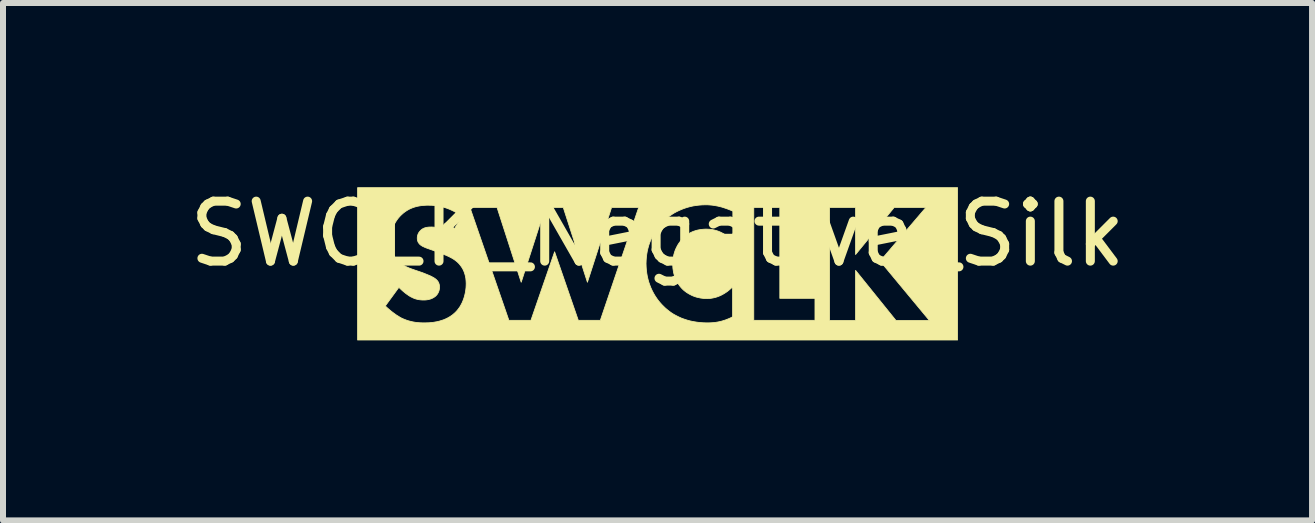
<source format=kicad_pcb>
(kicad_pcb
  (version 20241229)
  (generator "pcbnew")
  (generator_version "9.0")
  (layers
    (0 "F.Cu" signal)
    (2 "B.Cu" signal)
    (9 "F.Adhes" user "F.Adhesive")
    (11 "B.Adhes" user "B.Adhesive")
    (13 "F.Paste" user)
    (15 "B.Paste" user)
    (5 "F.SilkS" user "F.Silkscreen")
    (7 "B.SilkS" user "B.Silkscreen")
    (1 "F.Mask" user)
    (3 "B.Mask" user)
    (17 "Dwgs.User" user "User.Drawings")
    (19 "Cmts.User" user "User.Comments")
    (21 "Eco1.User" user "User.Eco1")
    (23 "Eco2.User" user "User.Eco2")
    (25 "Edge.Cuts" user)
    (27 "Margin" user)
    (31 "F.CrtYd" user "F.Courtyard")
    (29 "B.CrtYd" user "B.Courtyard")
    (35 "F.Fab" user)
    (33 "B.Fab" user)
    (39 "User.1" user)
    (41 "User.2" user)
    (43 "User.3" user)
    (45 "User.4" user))
  (footprint "SWCLK_Negative_Silk"
    (layer "F.Cu")
    (at 7.911 1.348)
    (property "Reference" "SWCLK_Negative_Silk" (at 0 -0.5 0) (unlocked yes) (layer "F.SilkS") (effects (font (size 1 1) (thickness 0.15))))
    (fp_poly (pts (xy 5.001 1.27) (xy -5 1.27) (xy -5 0.702) (xy -4.538 0.702) (xy -4.51 0.729) (xy -4.478 0.757) (xy -4.445 0.785) (xy -4.41 0.812) (xy -4.373 0.839) (xy -4.355 0.852) (xy -4.336 0.864) (xy -4.317 0.875) (xy -4.299 0.887) (xy -4.281 0.897) (xy -4.263 0.907) (xy -4.24 0.917) (xy -4.218 0.926) (xy -4.195 0.935) (xy -4.173 0.943) (xy -4.15 0.95) (xy -4.127 0.956) (xy -4.104 0.962) (xy -4.081 0.967) (xy -4.058 0.971) (xy -4.034 0.975) (xy -4.011 0.978) (xy -3.987 0.98) (xy -3.963 0.982) (xy -3.938 0.983) (xy -3.914 0.984) (xy -3.889 0.984) (xy -3.837 0.983) (xy -3.808 0.982) (xy -3.777 0.979) (xy -3.744 0.976) (xy -3.71 0.97) (xy -3.674 0.964) (xy -3.638 0.955) (xy -3.602 0.944) (xy -3.565 0.932) (xy -3.528 0.916) (xy -3.492 0.898) (xy -3.456 0.877) (xy -3.439 0.865) (xy -3.421 0.853) (xy -3.405 0.839) (xy -3.388 0.825) (xy -3.372 0.81) (xy -3.356 0.794) (xy -3.338 0.774) (xy -3.321 0.752) (xy -3.304 0.729) (xy -3.288 0.705) (xy -3.274 0.679) (xy -3.26 0.653) (xy -3.248 0.625) (xy -3.236 0.595) (xy -3.226 0.565) (xy -3.217 0.534) (xy -3.209 0.501) (xy -3.202 0.468) (xy -3.197 0.434) (xy -3.193 0.4) (xy -3.191 0.364) (xy -3.19 0.328) (xy -3.191 0.307) (xy -3.192 0.286) (xy -3.194 0.264) (xy -3.196 0.242) (xy -3.2 0.22) (xy -3.205 0.197) (xy -3.211 0.175) (xy -3.218 0.152) (xy -3.226 0.13) (xy -3.236 0.107) (xy -3.247 0.085) (xy -3.26 0.063) (xy -3.275 0.041) (xy -3.291 0.02) (xy -3.308 -0.001) (xy -3.328 -0.021) (xy -3.342 -0.034) (xy -3.357 -0.046) (xy -3.372 -0.058) (xy -3.388 -0.069) (xy -3.404 -0.08) (xy -3.42 -0.09) (xy -3.437 -0.099) (xy -3.454 -0.108) (xy -3.471 -0.117) (xy -3.488 -0.125) (xy -3.521 -0.14) (xy -3.554 -0.153) (xy -3.585 -0.166) (xy -3.726 -0.219) (xy -3.811 -0.249) (xy -3.845 -0.261) (xy -3.861 -0.267) (xy -3.875 -0.273) (xy -3.889 -0.279) (xy -3.901 -0.285) (xy -3.913 -0.29) (xy -3.924 -0.297) (xy -3.935 -0.303) (xy -3.945 -0.31) (xy -3.954 -0.317) (xy -3.963 -0.325) (xy -3.968 -0.33) (xy -3.973 -0.335) (xy -3.977 -0.341) (xy -3.981 -0.347) (xy -3.985 -0.352) (xy -3.989 -0.358) (xy -3.992 -0.365) (xy -3.995 -0.371) (xy -3.997 -0.377) (xy -3.999 -0.384) (xy -4.001 -0.391) (xy -4.003 -0.398) (xy -4.004 -0.406) (xy -4.005 -0.414) (xy -4.005 -0.422) (xy -4.005 -0.43) (xy -4.005 -0.44) (xy -4.004 -0.449) (xy -4.003 -0.457) (xy -4.001 -0.466) (xy -3.999 -0.474) (xy -3.997 -0.483) (xy -3.994 -0.491) (xy -3.991 -0.498) (xy -3.988 -0.506) (xy -3.984 -0.513) (xy -3.98 -0.52) (xy -3.975 -0.527) (xy -3.971 -0.533) (xy -3.966 -0.539) (xy -3.961 -0.545) (xy -3.956 -0.55) (xy -3.951 -0.555) (xy -3.946 -0.56) (xy -3.941 -0.565) (xy -3.936 -0.569) (xy -3.926 -0.577) (xy -3.915 -0.584) (xy -3.903 -0.59) (xy -3.892 -0.595) (xy -3.88 -0.6) (xy -3.868 -0.603) (xy -3.856 -0.606) (xy -3.844 -0.609) (xy -3.832 -0.61) (xy -3.819 -0.612) (xy -3.807 -0.613) (xy -3.795 -0.613) (xy -3.772 -0.614) (xy -3.748 -0.613) (xy -3.734 -0.612) (xy -3.719 -0.611) (xy -3.702 -0.608) (xy -3.684 -0.605) (xy -3.665 -0.6) (xy -3.645 -0.594) (xy -3.624 -0.587) (xy -3.602 -0.578) (xy -3.58 -0.567) (xy -3.556 -0.554) (xy -3.532 -0.539) (xy -3.507 -0.522) (xy -3.481 -0.502) (xy -3.455 -0.48) (xy -3.455 -0.473) (xy -3.261 -0.79) (xy -3.302 -0.82) (xy -3.342 -0.846) (xy -3.382 -0.869) (xy -3.422 -0.889) (xy -3.461 -0.907) (xy -3.499 -0.922) (xy -3.536 -0.935) (xy -3.547 -0.938) (xy -3.127 -0.938) (xy -2.478 0.942) (xy -2.111 0.942) (xy -1.716 -0.201) (xy -1.321 0.942) (xy -0.954 0.942) (xy -0.633 -0.004) (xy -0.192 -0.004) (xy -0.19 0.052) (xy -0.186 0.107) (xy -0.179 0.16) (xy -0.17 0.212) (xy -0.158 0.262) (xy -0.144 0.311) (xy -0.127 0.358) (xy -0.109 0.404) (xy -0.088 0.449) (xy -0.066 0.491) (xy -0.042 0.532) (xy -0.016 0.571) (xy 0.011 0.609) (xy 0.04 0.644) (xy 0.07 0.678) (xy 0.101 0.709) (xy 0.131 0.738) (xy 0.163 0.765) (xy 0.197 0.792) (xy 0.233 0.818) (xy 0.271 0.842) (xy 0.312 0.864) (xy 0.354 0.885) (xy 0.398 0.905) (xy 0.445 0.922) (xy 0.494 0.938) (xy 0.546 0.952) (xy 0.599 0.963) (xy 0.655 0.972) (xy 0.714 0.979) (xy 0.775 0.983) (xy 0.838 0.984) (xy 0.882 0.983) (xy 0.928 0.98) (xy 0.952 0.978) (xy 0.976 0.974) (xy 1.001 0.97) (xy 1.027 0.965) (xy 1.053 0.959) (xy 1.08 0.952) (xy 1.1 0.945) (xy 2.867 0.945) (xy 3.301 0.945) (xy 3.301 0.109) (xy 3.975 0.945) (xy 4.532 0.945) (xy 3.71 -0.046) (xy 4.472 -0.938) (xy 3.943 -0.938) (xy 3.301 -0.155) (xy 3.301 -0.938) (xy 2.867 -0.938) (xy 2.867 0.945) (xy 1.1 0.945) (xy 1.107 0.943) (xy 1.111 0.942) (xy 1.604 0.942) (xy 2.624 0.942) (xy 2.624 0.575) (xy 2.038 0.575) (xy 2.038 -0.938) (xy 1.604 -0.938) (xy 1.604 0.942) (xy 1.111 0.942) (xy 1.136 0.934) (xy 1.164 0.923) (xy 1.194 0.911) (xy 1.224 0.897) (xy 1.248 0.885) (xy 1.251 0.885) (xy 1.255 0.882) (xy 1.251 0.884) (xy 1.251 0.885) (xy 1.248 0.885) (xy 1.251 0.884) (xy 1.251 0.385) (xy 1.22 0.413) (xy 1.19 0.439) (xy 1.16 0.463) (xy 1.13 0.483) (xy 1.101 0.501) (xy 1.072 0.517) (xy 1.044 0.531) (xy 1.016 0.542) (xy 0.989 0.552) (xy 0.963 0.56) (xy 0.937 0.566) (xy 0.912 0.571) (xy 0.888 0.575) (xy 0.865 0.577) (xy 0.842 0.578) (xy 0.821 0.579) (xy 0.8 0.578) (xy 0.779 0.577) (xy 0.759 0.576) (xy 0.739 0.573) (xy 0.72 0.571) (xy 0.702 0.567) (xy 0.684 0.563) (xy 0.666 0.559) (xy 0.649 0.555) (xy 0.633 0.55) (xy 0.617 0.544) (xy 0.602 0.539) (xy 0.587 0.533) (xy 0.573 0.527) (xy 0.56 0.52) (xy 0.547 0.514) (xy 0.522 0.5) (xy 0.5 0.487) (xy 0.48 0.474) (xy 0.463 0.461) (xy 0.447 0.449) (xy 0.434 0.438) (xy 0.424 0.428) (xy 0.415 0.42) (xy 0.399 0.403) (xy 0.384 0.386) (xy 0.369 0.367) (xy 0.354 0.346) (xy 0.34 0.325) (xy 0.327 0.302) (xy 0.314 0.278) (xy 0.302 0.253) (xy 0.292 0.226) (xy 0.282 0.198) (xy 0.273 0.169) (xy 0.266 0.139) (xy 0.261 0.107) (xy 0.256 0.074) (xy 0.254 0.039) (xy 0.253 0.004) (xy 0.254 -0.03) (xy 0.256 -0.063) (xy 0.26 -0.095) (xy 0.266 -0.126) (xy 0.272 -0.156) (xy 0.281 -0.186) (xy 0.29 -0.215) (xy 0.301 -0.243) (xy 0.314 -0.27) (xy 0.327 -0.296) (xy 0.341 -0.321) (xy 0.357 -0.345) (xy 0.374 -0.368) (xy 0.391 -0.39) (xy 0.41 -0.411) (xy 0.429 -0.43) (xy 0.448 -0.448) (xy 0.468 -0.465) (xy 0.488 -0.481) (xy 0.509 -0.495) (xy 0.53 -0.509) (xy 0.552 -0.521) (xy 0.575 -0.532) (xy 0.599 -0.542) (xy 0.623 -0.55) (xy 0.648 -0.558) (xy 0.674 -0.564) (xy 0.701 -0.569) (xy 0.728 -0.573) (xy 0.756 -0.576) (xy 0.784 -0.578) (xy 0.814 -0.579) (xy 0.832 -0.578) (xy 0.851 -0.577) (xy 0.869 -0.576) (xy 0.887 -0.574) (xy 0.904 -0.572) (xy 0.921 -0.569) (xy 0.938 -0.565) (xy 0.954 -0.562) (xy 0.97 -0.557) (xy 0.986 -0.553) (xy 1.017 -0.542) (xy 1.046 -0.53) (xy 1.074 -0.516) (xy 1.101 -0.502) (xy 1.126 -0.486) (xy 1.151 -0.469) (xy 1.174 -0.452) (xy 1.196 -0.434) (xy 1.217 -0.415) (xy 1.236 -0.397) (xy 1.255 -0.377) (xy 1.255 -0.878) (xy 1.221 -0.893) (xy 1.188 -0.906) (xy 1.156 -0.918) (xy 1.124 -0.929) (xy 1.094 -0.939) (xy 1.064 -0.948) (xy 1.035 -0.955) (xy 1.006 -0.962) (xy 0.979 -0.967) (xy 0.952 -0.972) (xy 0.926 -0.976) (xy 0.9 -0.979) (xy 0.875 -0.981) (xy 0.851 -0.983) (xy 0.827 -0.984) (xy 0.803 -0.984) (xy 0.749 -0.983) (xy 0.696 -0.979) (xy 0.644 -0.973) (xy 0.593 -0.965) (xy 0.544 -0.954) (xy 0.496 -0.941) (xy 0.45 -0.926) (xy 0.405 -0.909) (xy 0.361 -0.89) (xy 0.319 -0.87) (xy 0.278 -0.848) (xy 0.24 -0.824) (xy 0.202 -0.798) (xy 0.167 -0.771) (xy 0.133 -0.742) (xy 0.101 -0.713) (xy 0.07 -0.681) (xy 0.04 -0.647) (xy 0.011 -0.611) (xy -0.016 -0.574) (xy -0.042 -0.535) (xy -0.066 -0.494) (xy -0.088 -0.452) (xy -0.109 -0.408) (xy -0.127 -0.363) (xy -0.144 -0.316) (xy -0.158 -0.267) (xy -0.17 -0.218) (xy -0.179 -0.166) (xy -0.186 -0.113) (xy -0.19 -0.059) (xy -0.192 -0.004) (xy -0.633 -0.004) (xy -0.315 -0.938) (xy -0.767 -0.938) (xy -1.169 0.307) (xy -1.571 -0.938) (xy -1.871 -0.938) (xy -2.273 0.307) (xy -2.675 -0.938) (xy -3.127 -0.938) (xy -3.547 -0.938) (xy -3.573 -0.946) (xy -3.608 -0.955) (xy -3.642 -0.962) (xy -3.675 -0.967) (xy -3.707 -0.971) (xy -3.737 -0.974) (xy -3.766 -0.976) (xy -3.818 -0.977) (xy -3.851 -0.977) (xy -3.883 -0.975) (xy -3.915 -0.973) (xy -3.947 -0.969) (xy -3.977 -0.964) (xy -4.008 -0.958) (xy -4.038 -0.95) (xy -4.067 -0.941) (xy -4.096 -0.93) (xy -4.124 -0.918) (xy -4.152 -0.904) (xy -4.179 -0.888) (xy -4.206 -0.87) (xy -4.233 -0.85) (xy -4.258 -0.828) (xy -4.284 -0.804) (xy -4.304 -0.782) (xy -4.323 -0.76) (xy -4.341 -0.736) (xy -4.357 -0.712) (xy -4.372 -0.688) (xy -4.385 -0.663) (xy -4.397 -0.637) (xy -4.407 -0.611) (xy -4.417 -0.584) (xy -4.425 -0.557) (xy -4.431 -0.529) (xy -4.437 -0.501) (xy -4.441 -0.472) (xy -4.444 -0.442) (xy -4.446 -0.412) (xy -4.446 -0.381) (xy -4.445 -0.345) (xy -4.444 -0.326) (xy -4.442 -0.306) (xy -4.44 -0.286) (xy -4.436 -0.265) (xy -4.432 -0.244) (xy -4.427 -0.222) (xy -4.42 -0.201) (xy -4.412 -0.179) (xy -4.403 -0.157) (xy -4.393 -0.136) (xy -4.38 -0.115) (xy -4.366 -0.094) (xy -4.351 -0.073) (xy -4.333 -0.053) (xy -4.32 -0.039) (xy -4.305 -0.026) (xy -4.291 -0.013) (xy -4.275 -0.001) (xy -4.259 0.009) (xy -4.243 0.02) (xy -4.226 0.029) (xy -4.209 0.038) (xy -4.192 0.047) (xy -4.175 0.055) (xy -4.14 0.07) (xy -4.106 0.083) (xy -4.072 0.095) (xy -3.917 0.148) (xy -3.867 0.168) (xy -3.838 0.18) (xy -3.806 0.193) (xy -3.775 0.207) (xy -3.76 0.215) (xy -3.746 0.223) (xy -3.732 0.23) (xy -3.72 0.238) (xy -3.708 0.246) (xy -3.698 0.254) (xy -3.691 0.26) (xy -3.684 0.266) (xy -3.678 0.273) (xy -3.672 0.279) (xy -3.666 0.286) (xy -3.661 0.294) (xy -3.656 0.301) (xy -3.652 0.309) (xy -3.648 0.317) (xy -3.645 0.326) (xy -3.642 0.335) (xy -3.639 0.345) (xy -3.637 0.355) (xy -3.636 0.365) (xy -3.635 0.376) (xy -3.635 0.388) (xy -3.635 0.395) (xy -3.635 0.401) (xy -3.636 0.407) (xy -3.636 0.414) (xy -3.637 0.42) (xy -3.638 0.426) (xy -3.639 0.431) (xy -3.64 0.437) (xy -3.642 0.443) (xy -3.643 0.448) (xy -3.647 0.459) (xy -3.651 0.469) (xy -3.655 0.478) (xy -3.66 0.488) (xy -3.665 0.496) (xy -3.671 0.505) (xy -3.676 0.513) (xy -3.682 0.52) (xy -3.689 0.527) (xy -3.695 0.534) (xy -3.702 0.54) (xy -3.714 0.549) (xy -3.726 0.558) (xy -3.739 0.565) (xy -3.751 0.572) (xy -3.764 0.578) (xy -3.777 0.583) (xy -3.79 0.588) (xy -3.803 0.591) (xy -3.816 0.595) (xy -3.829 0.597) (xy -3.841 0.599) (xy -3.854 0.601) (xy -3.866 0.602) (xy -3.877 0.603) (xy -3.889 0.603) (xy -3.899 0.603) (xy -3.916 0.603) (xy -3.932 0.602) (xy -3.948 0.601) (xy -3.963 0.599) (xy -3.978 0.597) (xy -3.993 0.594) (xy -4.008 0.591) (xy -4.023 0.587) (xy -4.037 0.583) (xy -4.052 0.578) (xy -4.066 0.572) (xy -4.08 0.566) (xy -4.094 0.559) (xy -4.108 0.552) (xy -4.122 0.545) (xy -4.136 0.536) (xy -4.146 0.53) (xy -4.156 0.523) (xy -4.167 0.515) (xy -4.179 0.507) (xy -4.202 0.49) (xy -4.225 0.471) (xy -4.249 0.451) (xy -4.271 0.431) (xy -4.292 0.411) (xy -4.312 0.392) (xy -4.538 0.702) (xy -5 0.702) (xy -5 -1.27) (xy 5.001 -1.27)) (stroke (width 0.013) (type solid)) (fill yes) (layer "F.SilkS")))
  (gr_rect
    (start -3 -3)
    (end 18.821 5.625)
    (stroke (width 0.1) (type default))
    (fill no)
    (layer "Edge.Cuts")))
</source>
